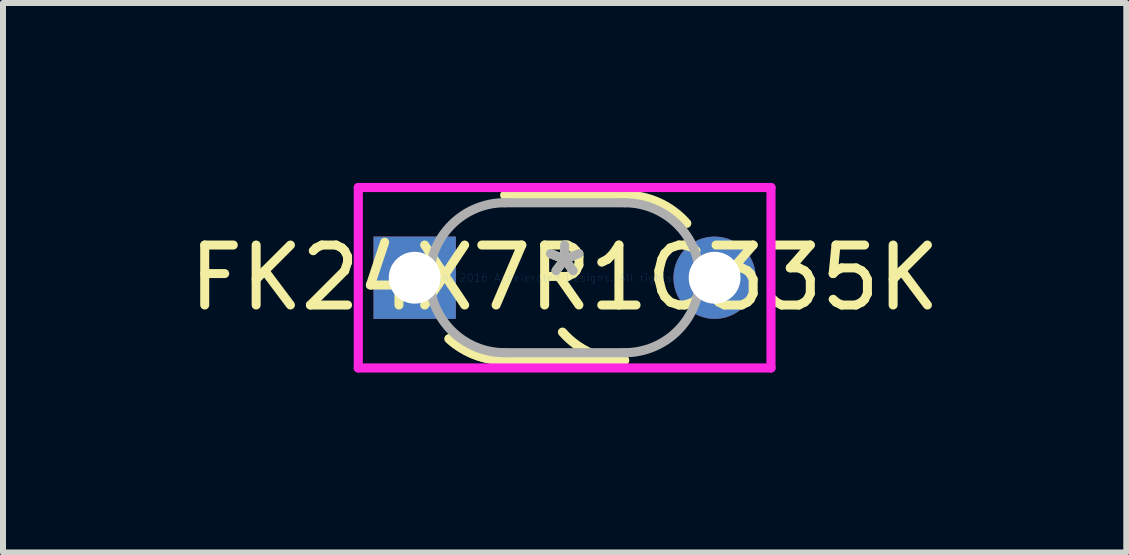
<source format=kicad_pcb>
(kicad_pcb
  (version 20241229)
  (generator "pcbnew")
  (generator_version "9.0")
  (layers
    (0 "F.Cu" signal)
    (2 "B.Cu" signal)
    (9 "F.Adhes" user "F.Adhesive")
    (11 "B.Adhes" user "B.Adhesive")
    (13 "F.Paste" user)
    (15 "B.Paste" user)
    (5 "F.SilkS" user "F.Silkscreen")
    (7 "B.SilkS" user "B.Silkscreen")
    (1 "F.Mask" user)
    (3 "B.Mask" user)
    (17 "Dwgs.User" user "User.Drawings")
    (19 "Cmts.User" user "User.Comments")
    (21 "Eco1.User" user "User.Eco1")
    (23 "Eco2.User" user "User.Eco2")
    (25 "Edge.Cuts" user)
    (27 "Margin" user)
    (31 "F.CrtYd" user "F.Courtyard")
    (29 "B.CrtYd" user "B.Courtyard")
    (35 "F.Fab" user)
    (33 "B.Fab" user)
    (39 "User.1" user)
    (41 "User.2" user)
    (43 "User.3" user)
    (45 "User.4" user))
  (footprint "FK24X7R1C335K"
    (layer "F.Cu")
    (at 6.363 1.58)
    (property "Reference" "FK24X7R1C335K" (at 0 0 0) (layer "F.SilkS") (effects (font (size 1 1) (thickness 0.15))))
    (attr through_hole)
    (fp_line (start -1 -1.377) (end 1 -1.377) (stroke (width 0.152) (type solid)) (layer "F.SilkS"))
    (fp_line (start -1 1.377) (end 1 1.377) (stroke (width 0.152) (type solid)) (layer "F.SilkS"))
    (fp_arc (start -1.000001 1.377) (mid -1.496791 1.284262) (end -1.926665 1.018539) (stroke (width 0.1524) (type solid)) (layer "F.SilkS"))
    (fp_arc (start -1.000001 1.377) (mid -1.496791 1.284262) (end -1.926665 1.01854) (stroke (width 0.1524) (type solid)) (layer "F.SilkS"))
    (fp_arc (start 1.000001 -1.377) (mid 1.568956 -1.253961) (end 2.036236 -0.906833) (stroke (width 0.1524) (type solid)) (layer "F.SilkS"))
    (fp_arc (start 1.000001 1.377) (mid 0.431046 1.253961) (end -0.036234 0.906833) (stroke (width 0.1524) (type solid)) (layer "F.SilkS"))
    (fp_line (start -3.44 -1.504) (end 3.44 -1.504) (stroke (width 0.152) (type solid)) (layer "F.CrtYd"))
    (fp_line (start -3.44 1.504) (end -3.44 -1.504) (stroke (width 0.152) (type solid)) (layer "F.CrtYd"))
    (fp_line (start 3.44 -1.504) (end 3.44 1.504) (stroke (width 0.152) (type solid)) (layer "F.CrtYd"))
    (fp_line (start 3.44 1.504) (end -3.44 1.504) (stroke (width 0.152) (type solid)) (layer "F.CrtYd"))
    (fp_line (start -1 -1.25) (end 1 -1.25) (stroke (width 0.152) (type solid)) (layer "F.Fab"))
    (fp_line (start -1 1.25) (end 1 1.25) (stroke (width 0.152) (type solid)) (layer "F.Fab"))
    (fp_arc (start -1.000001 1.25) (mid -2.250001 0) (end -1.000001 -1.25) (stroke (width 0.1524) (type solid)) (layer "F.Fab"))
    (fp_arc (start 1.000001 -1.25) (mid 2.250001 0) (end 1.000001 1.25) (stroke (width 0.1524) (type solid)) (layer "F.Fab"))
    (fp_text user "*" (at 0 0 0) (layer "F.SilkS") (effects (font (size 1 1) (thickness 0.15))))
    (fp_text user "Copyright 2016 Accelerated Designs. All rights reserved." (at 0 0 0) (layer "Cmts.User") (effects (font (size 0.127 0.127) (thickness 0.002))))
    (fp_text user "*" (at 0 0 0) (layer "F.Fab") (effects (font (size 1 1) (thickness 0.15))))
    (pad "1" thru_hole rect (at -2.5 0) (size 1.372 1.372) (drill 0.864) (layers "*.Cu" "*.Mask"))
    (pad "2" thru_hole circle (at 2.5 0) (size 1.372 1.372) (drill 0.864) (layers "*.Cu" "*.Mask")))
  (gr_rect
    (start -3 -3)
    (end 15.726 6.16)
    (stroke (width 0.1) (type default))
    (fill no)
    (layer "Edge.Cuts")))
</source>
